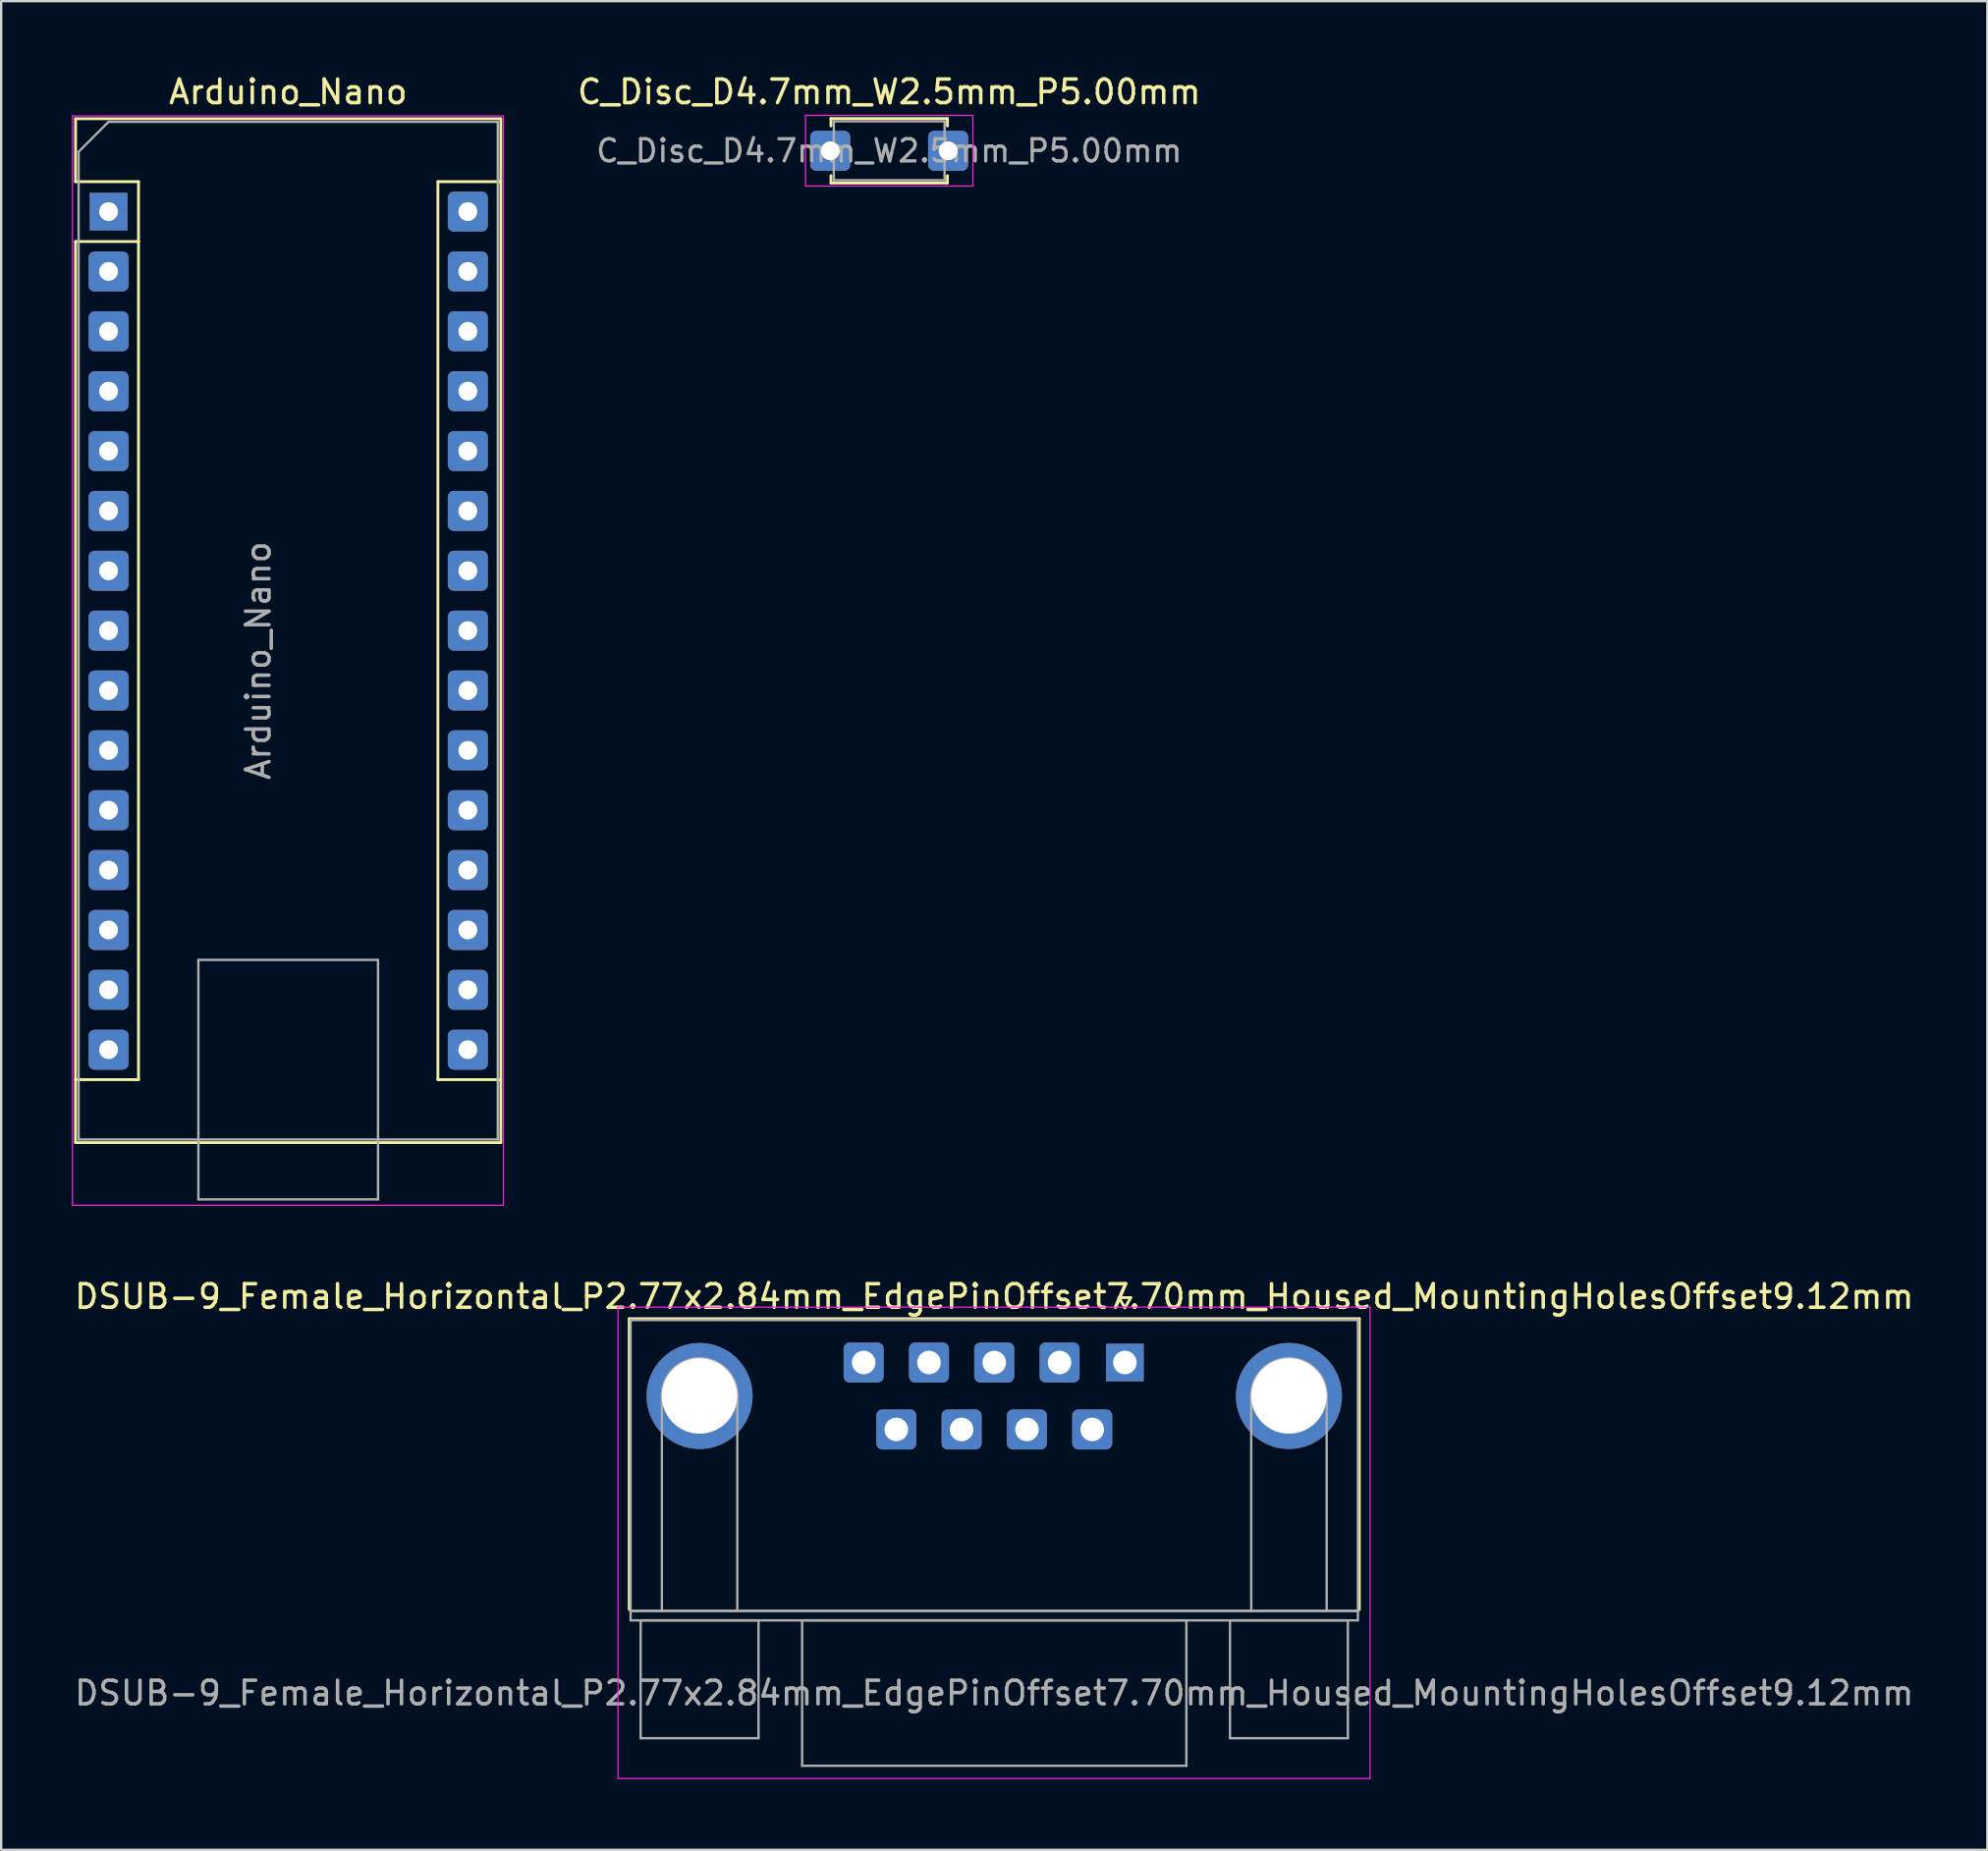
<source format=kicad_pcb>
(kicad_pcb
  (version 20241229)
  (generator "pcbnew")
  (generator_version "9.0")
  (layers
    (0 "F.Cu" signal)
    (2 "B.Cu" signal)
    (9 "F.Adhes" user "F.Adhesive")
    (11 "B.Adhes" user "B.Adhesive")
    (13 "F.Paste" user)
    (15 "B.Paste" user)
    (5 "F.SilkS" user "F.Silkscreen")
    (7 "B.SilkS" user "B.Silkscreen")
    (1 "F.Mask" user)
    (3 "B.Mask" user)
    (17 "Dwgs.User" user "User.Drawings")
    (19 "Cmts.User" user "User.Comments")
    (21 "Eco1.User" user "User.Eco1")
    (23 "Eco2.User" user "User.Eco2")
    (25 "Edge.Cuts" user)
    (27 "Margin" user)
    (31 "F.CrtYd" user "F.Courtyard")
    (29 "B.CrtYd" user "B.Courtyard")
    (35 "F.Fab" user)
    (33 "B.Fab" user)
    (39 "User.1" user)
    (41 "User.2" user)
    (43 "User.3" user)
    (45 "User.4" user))
  (footprint "C_Disc_D4.7mm_W2.5mm_P5.00mm"
    (layer "F.Cu")
    (at 32.169 3.348)
    (property "Reference" "C_Disc_D4.7mm_W2.5mm_P5.00mm" (at 2.5 -2.5 180) (layer "F.SilkS") (effects (font (size 1 1) (thickness 0.15))))
    (attr through_hole)
    (fp_line (start 0.03 -1.37) (end 0.03 -1.055) (stroke (width 0.12) (type solid)) (layer "F.SilkS"))
    (fp_line (start 0.03 -1.37) (end 4.97 -1.37) (stroke (width 0.12) (type solid)) (layer "F.SilkS"))
    (fp_line (start 0.03 1.055) (end 0.03 1.37) (stroke (width 0.12) (type solid)) (layer "F.SilkS"))
    (fp_line (start 0.03 1.37) (end 4.97 1.37) (stroke (width 0.12) (type solid)) (layer "F.SilkS"))
    (fp_line (start 4.97 -1.37) (end 4.97 -1.055) (stroke (width 0.12) (type solid)) (layer "F.SilkS"))
    (fp_line (start 4.97 1.055) (end 4.97 1.37) (stroke (width 0.12) (type solid)) (layer "F.SilkS"))
    (fp_line (start -1.05 -1.5) (end -1.05 1.5) (stroke (width 0.05) (type solid)) (layer "F.CrtYd"))
    (fp_line (start -1.05 1.5) (end 6.05 1.5) (stroke (width 0.05) (type solid)) (layer "F.CrtYd"))
    (fp_line (start 6.05 -1.5) (end -1.05 -1.5) (stroke (width 0.05) (type solid)) (layer "F.CrtYd"))
    (fp_line (start 6.05 1.5) (end 6.05 -1.5) (stroke (width 0.05) (type solid)) (layer "F.CrtYd"))
    (fp_line (start 0.15 -1.25) (end 0.15 1.25) (stroke (width 0.1) (type solid)) (layer "F.Fab"))
    (fp_line (start 0.15 1.25) (end 4.85 1.25) (stroke (width 0.1) (type solid)) (layer "F.Fab"))
    (fp_line (start 4.85 -1.25) (end 0.15 -1.25) (stroke (width 0.1) (type solid)) (layer "F.Fab"))
    (fp_line (start 4.85 1.25) (end 4.85 -1.25) (stroke (width 0.1) (type solid)) (layer "F.Fab"))
    (fp_text user "${REFERENCE}" (at 2.5 0 180) (layer "F.Fab") (effects (font (size 0.94 0.94) (thickness 0.141))))
    (pad "1" thru_hole roundrect (at 0 0) (size 1.7 1.7) (drill 0.8) (layers "*.Cu" "*.Mask") (roundrect_rratio 0.15))
    (pad "2" thru_hole roundrect (at 5 0) (size 1.7 1.7) (drill 0.8) (layers "*.Cu" "*.Mask") (roundrect_rratio 0.15)))
  (footprint "DSUB-9_Female_Horizontal_P2.77x2.84mm_EdgePinOffset7.70mm_Housed_MountingHolesOffset9.12mm"
    (layer "F.Cu")
    (at 44.665 54.761)
    (property "Reference" "DSUB-9_Female_Horizontal_P2.77x2.84mm_EdgePinOffset7.70mm_Housed_MountingHolesOffset9.12mm" (at -5.54 -2.8 0) (layer "F.SilkS") (effects (font (size 1 1) (thickness 0.15))))
    (attr through_hole)
    (fp_line (start -21.025 -1.86) (end 9.945 -1.86) (stroke (width 0.12) (type solid)) (layer "F.SilkS"))
    (fp_line (start -21.025 10.48) (end -21.025 -1.86) (stroke (width 0.12) (type solid)) (layer "F.SilkS"))
    (fp_line (start -0.25 -2.754) (end 0.25 -2.754) (stroke (width 0.12) (type solid)) (layer "F.SilkS"))
    (fp_line (start 0 -2.321) (end -0.25 -2.754) (stroke (width 0.12) (type solid)) (layer "F.SilkS"))
    (fp_line (start 0.25 -2.754) (end 0 -2.321) (stroke (width 0.12) (type solid)) (layer "F.SilkS"))
    (fp_line (start 9.945 -1.86) (end 9.945 10.48) (stroke (width 0.12) (type solid)) (layer "F.SilkS"))
    (fp_line (start -21.5 -2.35) (end -21.5 17.65) (stroke (width 0.05) (type solid)) (layer "F.CrtYd"))
    (fp_line (start -21.5 17.65) (end 10.4 17.65) (stroke (width 0.05) (type solid)) (layer "F.CrtYd"))
    (fp_line (start 10.4 -2.35) (end -21.5 -2.35) (stroke (width 0.05) (type solid)) (layer "F.CrtYd"))
    (fp_line (start 10.4 17.65) (end 10.4 -2.35) (stroke (width 0.05) (type solid)) (layer "F.CrtYd"))
    (fp_line (start -20.965 -1.8) (end -20.965 10.54) (stroke (width 0.1) (type solid)) (layer "F.Fab"))
    (fp_line (start -20.965 10.54) (end -20.965 10.94) (stroke (width 0.1) (type solid)) (layer "F.Fab"))
    (fp_line (start -20.965 10.54) (end 9.885 10.54) (stroke (width 0.1) (type solid)) (layer "F.Fab"))
    (fp_line (start -20.965 10.94) (end 9.885 10.94) (stroke (width 0.1) (type solid)) (layer "F.Fab"))
    (fp_line (start -20.54 10.94) (end -20.54 15.94) (stroke (width 0.1) (type solid)) (layer "F.Fab"))
    (fp_line (start -20.54 15.94) (end -15.54 15.94) (stroke (width 0.1) (type solid)) (layer "F.Fab"))
    (fp_line (start -19.64 10.54) (end -19.64 1.42) (stroke (width 0.1) (type solid)) (layer "F.Fab"))
    (fp_line (start -16.44 10.54) (end -16.44 1.42) (stroke (width 0.1) (type solid)) (layer "F.Fab"))
    (fp_line (start -15.54 10.94) (end -20.54 10.94) (stroke (width 0.1) (type solid)) (layer "F.Fab"))
    (fp_line (start -15.54 15.94) (end -15.54 10.94) (stroke (width 0.1) (type solid)) (layer "F.Fab"))
    (fp_line (start -13.69 10.94) (end -13.69 17.11) (stroke (width 0.1) (type solid)) (layer "F.Fab"))
    (fp_line (start -13.69 17.11) (end 2.61 17.11) (stroke (width 0.1) (type solid)) (layer "F.Fab"))
    (fp_line (start 2.61 10.94) (end -13.69 10.94) (stroke (width 0.1) (type solid)) (layer "F.Fab"))
    (fp_line (start 2.61 17.11) (end 2.61 10.94) (stroke (width 0.1) (type solid)) (layer "F.Fab"))
    (fp_line (start 4.46 10.94) (end 4.46 15.94) (stroke (width 0.1) (type solid)) (layer "F.Fab"))
    (fp_line (start 4.46 15.94) (end 9.46 15.94) (stroke (width 0.1) (type solid)) (layer "F.Fab"))
    (fp_line (start 5.36 10.54) (end 5.36 1.42) (stroke (width 0.1) (type solid)) (layer "F.Fab"))
    (fp_line (start 8.56 10.54) (end 8.56 1.42) (stroke (width 0.1) (type solid)) (layer "F.Fab"))
    (fp_line (start 9.46 10.94) (end 4.46 10.94) (stroke (width 0.1) (type solid)) (layer "F.Fab"))
    (fp_line (start 9.46 15.94) (end 9.46 10.94) (stroke (width 0.1) (type solid)) (layer "F.Fab"))
    (fp_line (start 9.885 -1.8) (end -20.965 -1.8) (stroke (width 0.1) (type solid)) (layer "F.Fab"))
    (fp_line (start 9.885 10.54) (end -20.965 10.54) (stroke (width 0.1) (type solid)) (layer "F.Fab"))
    (fp_line (start 9.885 10.54) (end 9.885 -1.8) (stroke (width 0.1) (type solid)) (layer "F.Fab"))
    (fp_line (start 9.885 10.94) (end 9.885 10.54) (stroke (width 0.1) (type solid)) (layer "F.Fab"))
    (fp_arc (start -19.64 1.42) (mid -18.04 -0.18) (end -16.44 1.42) (stroke (width 0.1) (type solid)) (layer "F.Fab"))
    (fp_arc (start 5.36 1.42) (mid 6.96 -0.18) (end 8.56 1.42) (stroke (width 0.1) (type solid)) (layer "F.Fab"))
    (fp_text user "${REFERENCE}" (at -5.54 14.025 0) (layer "F.Fab") (effects (font (size 1 1) (thickness 0.15))))
    (pad "0" thru_hole circle (at -18.04 1.42) (size 4.5 4.5) (drill 3.2) (layers "*.Cu" "*.Mask"))
    (pad "0" thru_hole circle (at 6.96 1.42) (size 4.5 4.5) (drill 3.2) (layers "*.Cu" "*.Mask"))
    (pad "1" thru_hole rect (at 0 0) (size 1.6 1.6) (drill 1) (layers "*.Cu" "*.Mask"))
    (pad "2" thru_hole roundrect (at -2.77 0) (size 1.7 1.7) (drill 1) (layers "*.Cu" "*.Mask") (roundrect_rratio 0.15))
    (pad "3" thru_hole roundrect (at -5.54 0) (size 1.7 1.7) (drill 1) (layers "*.Cu" "*.Mask") (roundrect_rratio 0.15))
    (pad "4" thru_hole roundrect (at -8.31 0) (size 1.7 1.7) (drill 1) (layers "*.Cu" "*.Mask") (roundrect_rratio 0.15))
    (pad "5" thru_hole roundrect (at -11.08 0) (size 1.7 1.7) (drill 1) (layers "*.Cu" "*.Mask") (roundrect_rratio 0.15))
    (pad "6" thru_hole roundrect (at -1.385 2.84) (size 1.7 1.7) (drill 1) (layers "*.Cu" "*.Mask") (roundrect_rratio 0.15))
    (pad "7" thru_hole roundrect (at -4.155 2.84) (size 1.7 1.7) (drill 1) (layers "*.Cu" "*.Mask") (roundrect_rratio 0.15))
    (pad "8" thru_hole roundrect (at -6.925 2.84) (size 1.7 1.7) (drill 1) (layers "*.Cu" "*.Mask") (roundrect_rratio 0.15))
    (pad "9" thru_hole roundrect (at -9.695 2.84) (size 1.7 1.7) (drill 1) (layers "*.Cu" "*.Mask") (roundrect_rratio 0.15)))
  (footprint "Arduino_Nano"
    (layer "F.Cu")
    (at 1.555 5.928)
    (property "Reference" "Arduino_Nano" (at 7.62 -5.08 180) (layer "F.SilkS") (effects (font (size 1 1) (thickness 0.15))))
    (attr through_hole)
    (fp_line (start -1.4 -3.94) (end -1.4 -1.27) (stroke (width 0.12) (type solid)) (layer "F.SilkS"))
    (fp_line (start -1.4 1.27) (end -1.4 39.5) (stroke (width 0.12) (type solid)) (layer "F.SilkS"))
    (fp_line (start -1.4 39.5) (end 16.64 39.5) (stroke (width 0.12) (type solid)) (layer "F.SilkS"))
    (fp_line (start 1.27 -1.27) (end -1.4 -1.27) (stroke (width 0.12) (type solid)) (layer "F.SilkS"))
    (fp_line (start 1.27 1.27) (end -1.4 1.27) (stroke (width 0.12) (type solid)) (layer "F.SilkS"))
    (fp_line (start 1.27 1.27) (end 1.27 -1.27) (stroke (width 0.12) (type solid)) (layer "F.SilkS"))
    (fp_line (start 1.27 1.27) (end 1.27 36.83) (stroke (width 0.12) (type solid)) (layer "F.SilkS"))
    (fp_line (start 1.27 36.83) (end -1.4 36.83) (stroke (width 0.12) (type solid)) (layer "F.SilkS"))
    (fp_line (start 13.97 -1.27) (end 13.97 36.83) (stroke (width 0.12) (type solid)) (layer "F.SilkS"))
    (fp_line (start 13.97 -1.27) (end 16.64 -1.27) (stroke (width 0.12) (type solid)) (layer "F.SilkS"))
    (fp_line (start 13.97 36.83) (end 16.64 36.83) (stroke (width 0.12) (type solid)) (layer "F.SilkS"))
    (fp_line (start 16.64 -3.94) (end -1.4 -3.94) (stroke (width 0.12) (type solid)) (layer "F.SilkS"))
    (fp_line (start 16.64 39.5) (end 16.64 -3.94) (stroke (width 0.12) (type solid)) (layer "F.SilkS"))
    (fp_line (start -1.53 -4.06) (end -1.53 42.16) (stroke (width 0.05) (type solid)) (layer "F.CrtYd"))
    (fp_line (start -1.53 -4.06) (end 16.75 -4.06) (stroke (width 0.05) (type solid)) (layer "F.CrtYd"))
    (fp_line (start 16.75 42.16) (end -1.53 42.16) (stroke (width 0.05) (type solid)) (layer "F.CrtYd"))
    (fp_line (start 16.75 42.16) (end 16.75 -4.06) (stroke (width 0.05) (type solid)) (layer "F.CrtYd"))
    (fp_line (start -1.27 -2.54) (end 0 -3.81) (stroke (width 0.1) (type solid)) (layer "F.Fab"))
    (fp_line (start -1.27 39.37) (end -1.27 -2.54) (stroke (width 0.1) (type solid)) (layer "F.Fab"))
    (fp_line (start 0 -3.81) (end 16.51 -3.81) (stroke (width 0.1) (type solid)) (layer "F.Fab"))
    (fp_line (start 3.81 31.75) (end 11.43 31.75) (stroke (width 0.1) (type solid)) (layer "F.Fab"))
    (fp_line (start 3.81 41.91) (end 3.81 31.75) (stroke (width 0.1) (type solid)) (layer "F.Fab"))
    (fp_line (start 11.43 31.75) (end 11.43 41.91) (stroke (width 0.1) (type solid)) (layer "F.Fab"))
    (fp_line (start 11.43 41.91) (end 3.81 41.91) (stroke (width 0.1) (type solid)) (layer "F.Fab"))
    (fp_line (start 16.51 -3.81) (end 16.51 39.37) (stroke (width 0.1) (type solid)) (layer "F.Fab"))
    (fp_line (start 16.51 39.37) (end -1.27 39.37) (stroke (width 0.1) (type solid)) (layer "F.Fab"))
    (fp_text user "${REFERENCE}" (at 6.35 19.05 270) (layer "F.Fab") (effects (font (size 1 1) (thickness 0.15))))
    (pad "1" thru_hole rect (at 0 0) (size 1.6 1.6) (drill 0.8) (layers "*.Cu" "*.Mask"))
    (pad "2" thru_hole roundrect (at 0 2.54) (size 1.7 1.7) (drill 0.8) (layers "*.Cu" "*.Mask") (roundrect_rratio 0.15))
    (pad "3" thru_hole roundrect (at 0 5.08) (size 1.7 1.7) (drill 0.8) (layers "*.Cu" "*.Mask") (roundrect_rratio 0.15))
    (pad "4" thru_hole roundrect (at 0 7.62) (size 1.7 1.7) (drill 0.8) (layers "*.Cu" "*.Mask") (roundrect_rratio 0.15))
    (pad "5" thru_hole roundrect (at 0 10.16) (size 1.7 1.7) (drill 0.8) (layers "*.Cu" "*.Mask") (roundrect_rratio 0.15))
    (pad "6" thru_hole roundrect (at 0 12.7) (size 1.7 1.7) (drill 0.8) (layers "*.Cu" "*.Mask") (roundrect_rratio 0.15))
    (pad "7" thru_hole roundrect (at 0 15.24) (size 1.7 1.7) (drill 0.8) (layers "*.Cu" "*.Mask") (roundrect_rratio 0.15))
    (pad "8" thru_hole roundrect (at 0 17.78) (size 1.7 1.7) (drill 0.8) (layers "*.Cu" "*.Mask") (roundrect_rratio 0.15))
    (pad "9" thru_hole roundrect (at 0 20.32) (size 1.7 1.7) (drill 0.8) (layers "*.Cu" "*.Mask") (roundrect_rratio 0.15))
    (pad "10" thru_hole roundrect (at 0 22.86) (size 1.7 1.7) (drill 0.8) (layers "*.Cu" "*.Mask") (roundrect_rratio 0.15))
    (pad "11" thru_hole roundrect (at 0 25.4) (size 1.7 1.7) (drill 0.8) (layers "*.Cu" "*.Mask") (roundrect_rratio 0.15))
    (pad "12" thru_hole roundrect (at 0 27.94) (size 1.7 1.7) (drill 0.8) (layers "*.Cu" "*.Mask") (roundrect_rratio 0.15))
    (pad "13" thru_hole roundrect (at 0 30.48) (size 1.7 1.7) (drill 0.8) (layers "*.Cu" "*.Mask") (roundrect_rratio 0.15))
    (pad "14" thru_hole roundrect (at 0 33.02) (size 1.7 1.7) (drill 0.8) (layers "*.Cu" "*.Mask") (roundrect_rratio 0.15))
    (pad "15" thru_hole roundrect (at 0 35.56) (size 1.7 1.7) (drill 0.8) (layers "*.Cu" "*.Mask") (roundrect_rratio 0.15))
    (pad "16" thru_hole roundrect (at 15.24 35.56) (size 1.7 1.7) (drill 0.8) (layers "*.Cu" "*.Mask") (roundrect_rratio 0.15))
    (pad "17" thru_hole roundrect (at 15.24 33.02) (size 1.7 1.7) (drill 0.8) (layers "*.Cu" "*.Mask") (roundrect_rratio 0.15))
    (pad "18" thru_hole roundrect (at 15.24 30.48) (size 1.7 1.7) (drill 0.8) (layers "*.Cu" "*.Mask") (roundrect_rratio 0.15))
    (pad "19" thru_hole roundrect (at 15.24 27.94) (size 1.7 1.7) (drill 0.8) (layers "*.Cu" "*.Mask") (roundrect_rratio 0.15))
    (pad "20" thru_hole roundrect (at 15.24 25.4) (size 1.7 1.7) (drill 0.8) (layers "*.Cu" "*.Mask") (roundrect_rratio 0.15))
    (pad "21" thru_hole roundrect (at 15.24 22.86) (size 1.7 1.7) (drill 0.8) (layers "*.Cu" "*.Mask") (roundrect_rratio 0.15))
    (pad "22" thru_hole roundrect (at 15.24 20.32) (size 1.7 1.7) (drill 0.8) (layers "*.Cu" "*.Mask") (roundrect_rratio 0.15))
    (pad "23" thru_hole roundrect (at 15.24 17.78) (size 1.7 1.7) (drill 0.8) (layers "*.Cu" "*.Mask") (roundrect_rratio 0.15))
    (pad "24" thru_hole roundrect (at 15.24 15.24) (size 1.7 1.7) (drill 0.8) (layers "*.Cu" "*.Mask") (roundrect_rratio 0.15))
    (pad "25" thru_hole roundrect (at 15.24 12.7) (size 1.7 1.7) (drill 0.8) (layers "*.Cu" "*.Mask") (roundrect_rratio 0.15))
    (pad "26" thru_hole roundrect (at 15.24 10.16) (size 1.7 1.7) (drill 0.8) (layers "*.Cu" "*.Mask") (roundrect_rratio 0.15))
    (pad "27" thru_hole roundrect (at 15.24 7.62) (size 1.7 1.7) (drill 0.8) (layers "*.Cu" "*.Mask") (roundrect_rratio 0.15))
    (pad "28" thru_hole roundrect (at 15.24 5.08) (size 1.7 1.7) (drill 0.8) (layers "*.Cu" "*.Mask") (roundrect_rratio 0.15))
    (pad "29" thru_hole roundrect (at 15.24 2.54) (size 1.7 1.7) (drill 0.8) (layers "*.Cu" "*.Mask") (roundrect_rratio 0.15))
    (pad "30" thru_hole roundrect (at 15.24 0) (size 1.7 1.7) (drill 0.8) (layers "*.Cu" "*.Mask") (roundrect_rratio 0.15)))
  (gr_rect
    (start -3 -3)
    (end 81.25 75.436)
    (stroke (width 0.1) (type default))
    (fill no)
    (layer "Edge.Cuts")))
</source>
